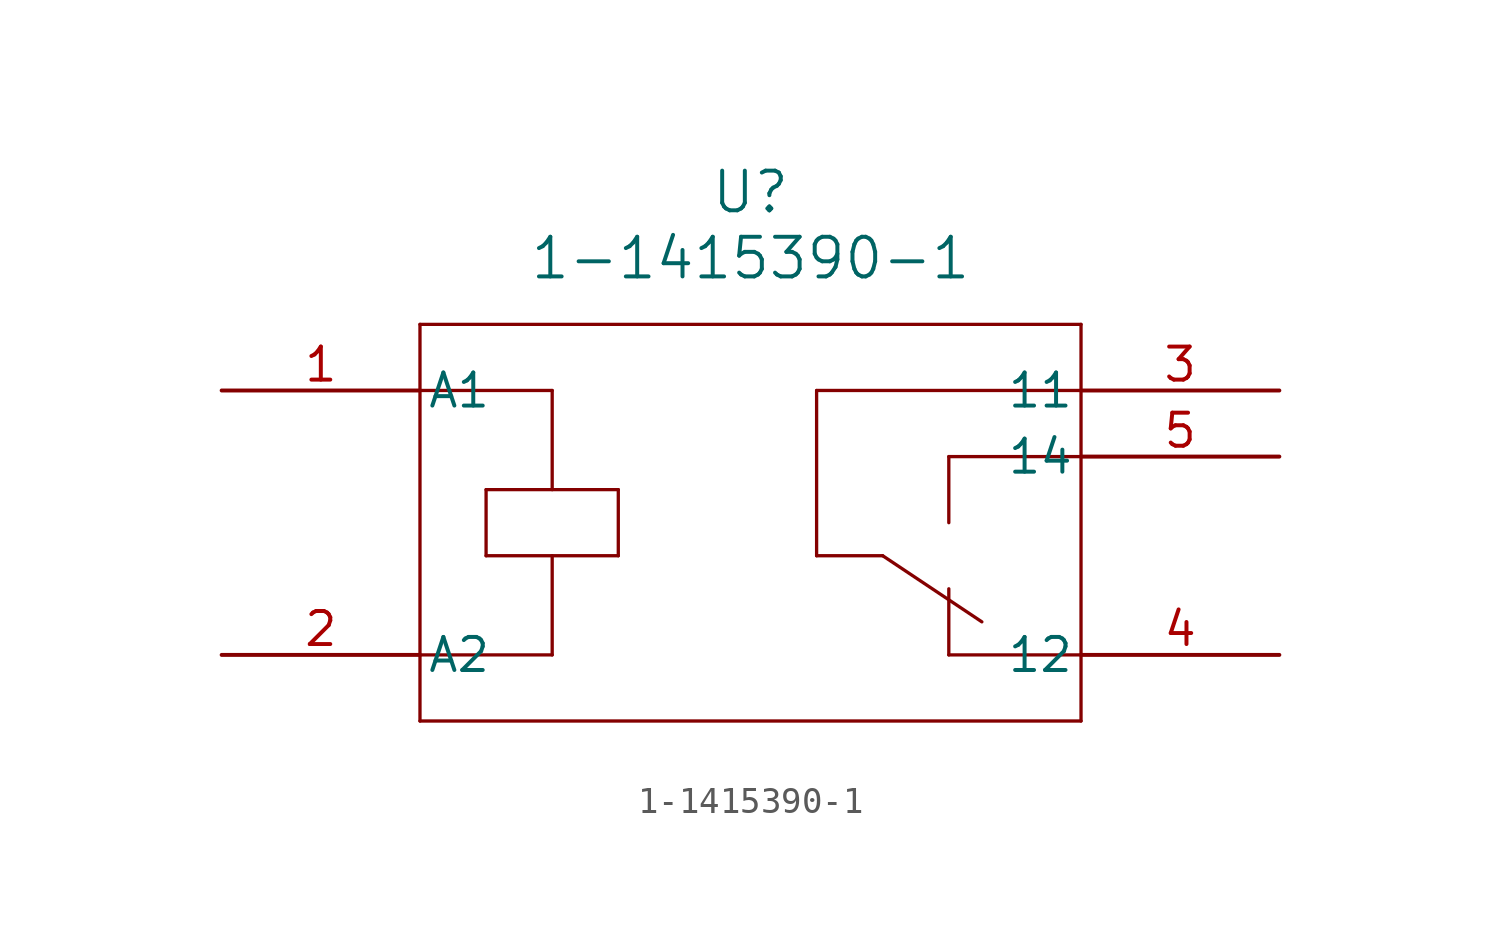
<source format=kicad_sym>
(kicad_symbol_lib
  (version 20211014)
  (generator kicad_symbol_editor)
  (symbol "1-1415390-1"
    (pin_names
      (offset 0.254))
    (property "Reference" "U"
      (at 20.32 7.62 0)
      (effects (font (size 1.524 1.524))))
    (property "Value" "1-1415390-1"
      (at 20.32 5.08 0)
      (effects (font (size 1.524 1.524))))
    (symbol "1-1415390-1_0_1"
      (polyline (pts (xy 7.62 2.54) (xy 7.62 -12.7)) (stroke (width 0.127) (type default) (color 0 0 0 0)) (fill (type none)))
      (polyline (pts (xy 7.62 -12.7) (xy 33.02 -12.7)) (stroke (width 0.127) (type default) (color 0 0 0 0)) (fill (type none)))
      (polyline (pts (xy 33.02 -12.7) (xy 33.02 2.54)) (stroke (width 0.127) (type default) (color 0 0 0 0)) (fill (type none)))
      (polyline (pts (xy 33.02 2.54) (xy 7.62 2.54)) (stroke (width 0.127) (type default) (color 0 0 0 0)) (fill (type none)))
      (polyline (pts (xy 7.62 0) (xy 12.7 0)) (stroke (width 0.127) (type default) (color 0 0 0 0)) (fill (type none)))
      (polyline (pts (xy 7.62 -10.16) (xy 12.7 -10.16)) (stroke (width 0.127) (type default) (color 0 0 0 0)) (fill (type none)))
      (polyline (pts (xy 10.16 -3.81) (xy 10.16 -6.35)) (stroke (width 0.127) (type default) (color 0 0 0 0)) (fill (type none)))
      (polyline (pts (xy 10.16 -6.35) (xy 15.24 -6.35)) (stroke (width 0.127) (type default) (color 0 0 0 0)) (fill (type none)))
      (polyline (pts (xy 15.24 -6.35) (xy 15.24 -3.81)) (stroke (width 0.127) (type default) (color 0 0 0 0)) (fill (type none)))
      (polyline (pts (xy 15.24 -3.81) (xy 10.16 -3.81)) (stroke (width 0.127) (type default) (color 0 0 0 0)) (fill (type none)))
      (polyline (pts (xy 12.7 0) (xy 12.7 -3.81)) (stroke (width 0.127) (type default) (color 0 0 0 0)) (fill (type none)))
      (polyline (pts (xy 12.7 -6.35) (xy 12.7 -10.16)) (stroke (width 0.127) (type default) (color 0 0 0 0)) (fill (type none)))
      (polyline (pts (xy 33.02 -2.54) (xy 27.94 -2.54)) (stroke (width 0.127) (type default) (color 0 0 0 0)) (fill (type none)))
      (polyline (pts (xy 33.02 -10.16) (xy 27.94 -10.16)) (stroke (width 0.127) (type default) (color 0 0 0 0)) (fill (type none)))
      (polyline (pts (xy 27.94 -10.16) (xy 27.94 -7.62)) (stroke (width 0.127) (type default) (color 0 0 0 0)) (fill (type none)))
      (polyline (pts (xy 27.94 -5.08) (xy 27.94 -2.54)) (stroke (width 0.127) (type default) (color 0 0 0 0)) (fill (type none)))
      (polyline (pts (xy 33.02 0) (xy 22.86 0)) (stroke (width 0.127) (type default) (color 0 0 0 0)) (fill (type none)))
      (polyline (pts (xy 22.86 0) (xy 22.86 -6.35)) (stroke (width 0.127) (type default) (color 0 0 0 0)) (fill (type none)))
      (polyline (pts (xy 22.86 -6.35) (xy 25.4 -6.35)) (stroke (width 0.127) (type default) (color 0 0 0 0)) (fill (type none)))
      (polyline (pts (xy 25.4 -6.35) (xy 29.21 -8.89)) (stroke (width 0.127) (type default) (color 0 0 0 0)) (fill (type none)))
      (pin bidirectional line (at 0 0 0) (length 7.62) (name "A1" (effects (font (size 1.27 1.27)))) (number "1" (effects (font (size 1.27 1.27)))))
      (pin unspecified line (at 0 -10.16 0) (length 7.62) (name "A2" (effects (font (size 1.27 1.27)))) (number "2" (effects (font (size 1.27 1.27)))))
      (pin unspecified line (at 40.64 0 180) (length 7.62) (name "11" (effects (font (size 1.27 1.27)))) (number "3" (effects (font (size 1.27 1.27)))))
      (pin unspecified line (at 40.64 -10.16 180) (length 7.62) (name "12" (effects (font (size 1.27 1.27)))) (number "4" (effects (font (size 1.27 1.27)))))
      (pin unspecified line (at 40.64 -2.54 180) (length 7.62) (name "14" (effects (font (size 1.27 1.27)))) (number "5" (effects (font (size 1.27 1.27))))))))
</source>
